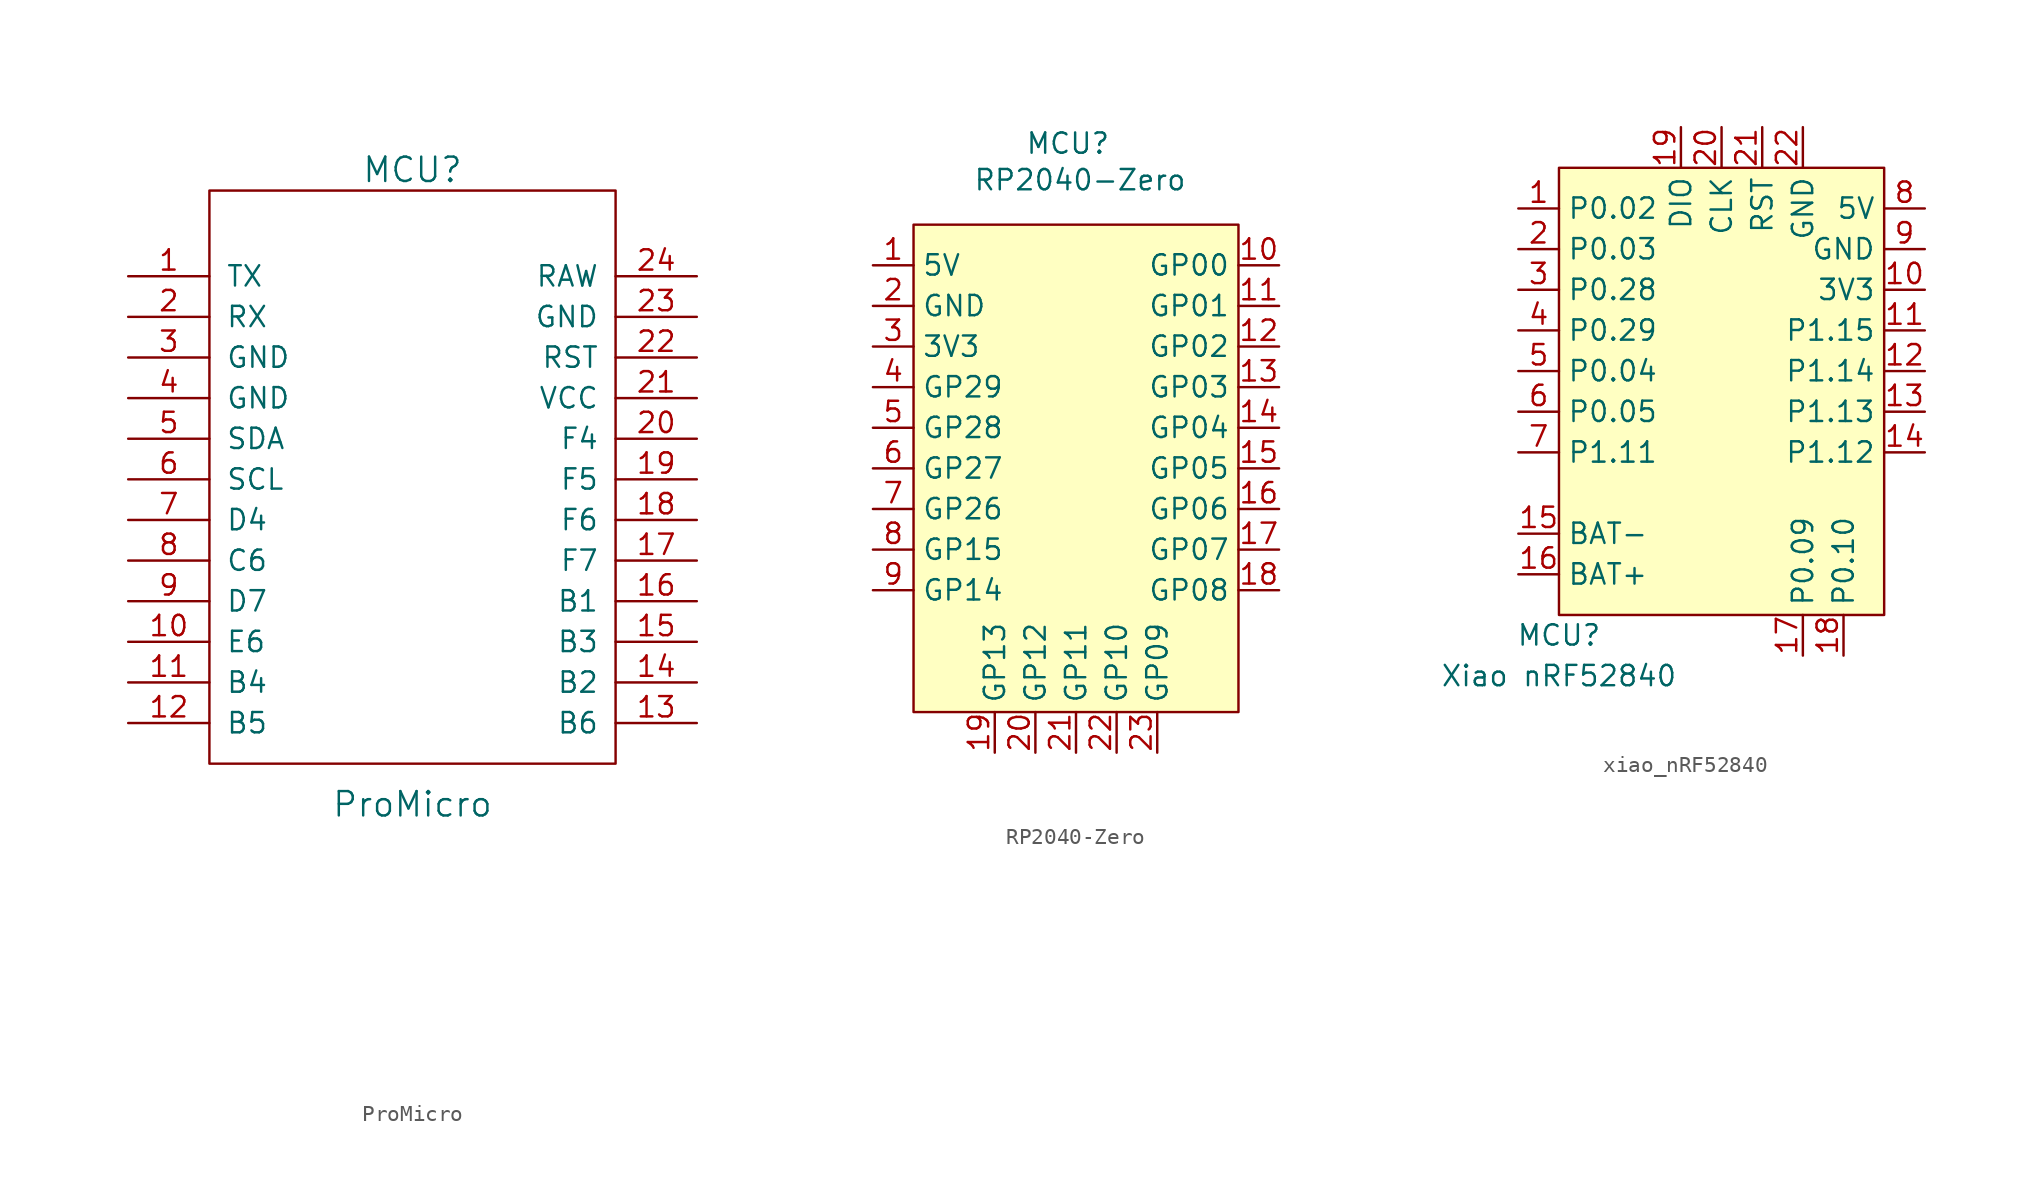
<source format=kicad_sym>
(kicad_symbol_lib
  (version 20231120)
  (generator "kicad_symbol_editor")
  (generator_version "8.0")
  (symbol "ProMicro"
    (pin_names
      (offset 1.016))
    (property "Reference" "MCU"
      (at 0 25.705 0)
      (effects (font (size 1.524 1.524))))
    (property "Value" "ProMicro"
      (at 0 -13.97 0)
      (effects (font (size 1.524 1.524))))
    (property "Datasheet" ""
      (at 2.54 -26.67 0)
      (effects (font (size 1.524 1.524))))
    (symbol "ProMicro_0_1"
      (rectangle (start -12.7 24.409) (end 12.7 -11.43) (stroke (width 0) (type solid)) (fill (type none))))
    (symbol "ProMicro_1_1"
      (pin bidirectional line (at -17.78 19.05 0) (length 5.08) (name "TX" (effects (font (size 1.27 1.27)))) (number "1" (effects (font (size 1.27 1.27)))))
      (pin bidirectional line (at -17.78 -3.81 0) (length 5.08) (name "E6" (effects (font (size 1.27 1.27)))) (number "10" (effects (font (size 1.27 1.27)))))
      (pin bidirectional line (at -17.78 -6.35 0) (length 5.08) (name "B4" (effects (font (size 1.27 1.27)))) (number "11" (effects (font (size 1.27 1.27)))))
      (pin bidirectional line (at -17.78 -8.89 0) (length 5.08) (name "B5" (effects (font (size 1.27 1.27)))) (number "12" (effects (font (size 1.27 1.27)))))
      (pin bidirectional line (at 17.78 -8.89 180) (length 5.08) (name "B6" (effects (font (size 1.27 1.27)))) (number "13" (effects (font (size 1.27 1.27)))))
      (pin bidirectional line (at 17.78 -6.35 180) (length 5.08) (name "B2" (effects (font (size 1.27 1.27)))) (number "14" (effects (font (size 1.27 1.27)))))
      (pin bidirectional line (at 17.78 -3.81 180) (length 5.08) (name "B3" (effects (font (size 1.27 1.27)))) (number "15" (effects (font (size 1.27 1.27)))))
      (pin bidirectional line (at 17.78 -1.27 180) (length 5.08) (name "B1" (effects (font (size 1.27 1.27)))) (number "16" (effects (font (size 1.27 1.27)))))
      (pin bidirectional line (at 17.78 1.27 180) (length 5.08) (name "F7" (effects (font (size 1.27 1.27)))) (number "17" (effects (font (size 1.27 1.27)))))
      (pin bidirectional line (at 17.78 3.81 180) (length 5.08) (name "F6" (effects (font (size 1.27 1.27)))) (number "18" (effects (font (size 1.27 1.27)))))
      (pin bidirectional line (at 17.78 6.35 180) (length 5.08) (name "F5" (effects (font (size 1.27 1.27)))) (number "19" (effects (font (size 1.27 1.27)))))
      (pin bidirectional line (at -17.78 16.51 0) (length 5.08) (name "RX" (effects (font (size 1.27 1.27)))) (number "2" (effects (font (size 1.27 1.27)))))
      (pin bidirectional line (at 17.78 8.89 180) (length 5.08) (name "F4" (effects (font (size 1.27 1.27)))) (number "20" (effects (font (size 1.27 1.27)))))
      (pin power_in line (at 17.78 11.43 180) (length 5.08) (name "VCC" (effects (font (size 1.27 1.27)))) (number "21" (effects (font (size 1.27 1.27)))))
      (pin input line (at 17.78 13.97 180) (length 5.08) (name "RST" (effects (font (size 1.27 1.27)))) (number "22" (effects (font (size 1.27 1.27)))))
      (pin power_in line (at 17.78 16.51 180) (length 5.08) (name "GND" (effects (font (size 1.27 1.27)))) (number "23" (effects (font (size 1.27 1.27)))))
      (pin power_out line (at 17.78 19.05 180) (length 5.08) (name "RAW" (effects (font (size 1.27 1.27)))) (number "24" (effects (font (size 1.27 1.27)))))
      (pin power_in line (at -17.78 13.97 0) (length 5.08) (name "GND" (effects (font (size 1.27 1.27)))) (number "3" (effects (font (size 1.27 1.27)))))
      (pin power_in line (at -17.78 11.43 0) (length 5.08) (name "GND" (effects (font (size 1.27 1.27)))) (number "4" (effects (font (size 1.27 1.27)))))
      (pin bidirectional line (at -17.78 8.89 0) (length 5.08) (name "SDA" (effects (font (size 1.27 1.27)))) (number "5" (effects (font (size 1.27 1.27)))))
      (pin bidirectional line (at -17.78 6.35 0) (length 5.08) (name "SCL" (effects (font (size 1.27 1.27)))) (number "6" (effects (font (size 1.27 1.27)))))
      (pin bidirectional line (at -17.78 3.81 0) (length 5.08) (name "D4" (effects (font (size 1.27 1.27)))) (number "7" (effects (font (size 1.27 1.27)))))
      (pin bidirectional line (at -17.78 1.27 0) (length 5.08) (name "C6" (effects (font (size 1.27 1.27)))) (number "8" (effects (font (size 1.27 1.27)))))
      (pin bidirectional line (at -17.78 -1.27 0) (length 5.08) (name "D7" (effects (font (size 1.27 1.27)))) (number "9" (effects (font (size 1.27 1.27)))))))
  (symbol "RP2040-Zero"
    (property "Reference" "MCU"
      (at -0.508 20.32 0)
      (effects (font (size 1.27 1.27))))
    (property "Value" "RP2040-Zero"
      (at 0.254 18.034 0)
      (effects (font (size 1.27 1.27))))
    (symbol "RP2040-Zero_1_0"
      (pin power_out line (at -12.7 12.7 0) (length 2.54) (name "5V" (effects (font (size 1.27 1.27)))) (number "1" (effects (font (size 1.27 1.27)))))
      (pin bidirectional line (at 12.7 12.7 180) (length 2.54) (name "GP00" (effects (font (size 1.27 1.27)))) (number "10" (effects (font (size 1.27 1.27)))))
      (pin bidirectional line (at 12.7 10.16 180) (length 2.54) (name "GP01" (effects (font (size 1.27 1.27)))) (number "11" (effects (font (size 1.27 1.27)))))
      (pin bidirectional line (at 12.7 7.62 180) (length 2.54) (name "GP02" (effects (font (size 1.27 1.27)))) (number "12" (effects (font (size 1.27 1.27)))))
      (pin bidirectional line (at 12.7 5.08 180) (length 2.54) (name "GP03" (effects (font (size 1.27 1.27)))) (number "13" (effects (font (size 1.27 1.27)))))
      (pin power_out line (at 12.7 2.54 180) (length 2.54) (name "GP04" (effects (font (size 1.27 1.27)))) (number "14" (effects (font (size 1.27 1.27)))))
      (pin bidirectional line (at 12.7 0 180) (length 2.54) (name "GP05" (effects (font (size 1.27 1.27)))) (number "15" (effects (font (size 1.27 1.27)))))
      (pin power_out line (at 12.7 -2.54 180) (length 2.54) (name "GP06" (effects (font (size 1.27 1.27)))) (number "16" (effects (font (size 1.27 1.27)))))
      (pin bidirectional line (at 12.7 -5.08 180) (length 2.54) (name "GP07" (effects (font (size 1.27 1.27)))) (number "17" (effects (font (size 1.27 1.27)))))
      (pin bidirectional line (at 12.7 -7.62 180) (length 2.54) (name "GP08" (effects (font (size 1.27 1.27)))) (number "18" (effects (font (size 1.27 1.27)))))
      (pin bidirectional line (at -5.08 -17.78 90) (length 2.54) (name "GP13" (effects (font (size 1.27 1.27)))) (number "19" (effects (font (size 1.27 1.27)))))
      (pin power_out line (at -12.7 10.16 0) (length 2.54) (name "GND" (effects (font (size 1.27 1.27)))) (number "2" (effects (font (size 1.27 1.27)))))
      (pin bidirectional line (at -2.54 -17.78 90) (length 2.54) (name "GP12" (effects (font (size 1.27 1.27)))) (number "20" (effects (font (size 1.27 1.27)))))
      (pin bidirectional line (at 0 -17.78 90) (length 2.54) (name "GP11" (effects (font (size 1.27 1.27)))) (number "21" (effects (font (size 1.27 1.27)))))
      (pin bidirectional line (at 2.54 -17.78 90) (length 2.54) (name "GP10" (effects (font (size 1.27 1.27)))) (number "22" (effects (font (size 1.27 1.27)))))
      (pin bidirectional line (at 5.08 -17.78 90) (length 2.54) (name "GP09" (effects (font (size 1.27 1.27)))) (number "23" (effects (font (size 1.27 1.27)))))
      (pin power_out line (at -12.7 7.62 0) (length 2.54) (name "3V3" (effects (font (size 1.27 1.27)))) (number "3" (effects (font (size 1.27 1.27)))))
      (pin bidirectional line (at -12.7 5.08 0) (length 2.54) (name "GP29" (effects (font (size 1.27 1.27)))) (number "4" (effects (font (size 1.27 1.27)))))
      (pin bidirectional line (at -12.7 2.54 0) (length 2.54) (name "GP28" (effects (font (size 1.27 1.27)))) (number "5" (effects (font (size 1.27 1.27)))))
      (pin bidirectional line (at -12.7 0 0) (length 2.54) (name "GP27" (effects (font (size 1.27 1.27)))) (number "6" (effects (font (size 1.27 1.27)))))
      (pin bidirectional line (at -12.7 -2.54 0) (length 2.54) (name "GP26" (effects (font (size 1.27 1.27)))) (number "7" (effects (font (size 1.27 1.27)))))
      (pin bidirectional line (at -12.7 -5.08 0) (length 2.54) (name "GP15" (effects (font (size 1.27 1.27)))) (number "8" (effects (font (size 1.27 1.27)))))
      (pin bidirectional line (at -12.7 -7.62 0) (length 2.54) (name "GP14" (effects (font (size 1.27 1.27)))) (number "9" (effects (font (size 1.27 1.27))))))
    (symbol "RP2040-Zero_1_1"
      (rectangle (start -10.16 15.24) (end 10.16 -15.24) (stroke (width 0) (type default)) (fill (type background)))))
  (symbol "xiao_nRF52840"
    (property "Reference" "MCU"
      (at -10.16 -12.7 0)
      (effects (font (size 1.27 1.27))))
    (property "Value" "Xiao nRF52840"
      (at -10.16 -15.24 0)
      (effects (font (size 1.27 1.27))))
    (symbol "xiao_nRF52840_1_0"
      (pin bidirectional line (at -12.7 13.97 0) (length 2.54) (name "P0.02" (effects (font (size 1.27 1.27)))) (number "1" (effects (font (size 1.27 1.27)))))
      (pin power_out line (at 12.7 8.89 180) (length 2.54) (name "3V3" (effects (font (size 1.27 1.27)))) (number "10" (effects (font (size 1.27 1.27)))))
      (pin bidirectional line (at 12.7 6.35 180) (length 2.54) (name "P1.15" (effects (font (size 1.27 1.27)))) (number "11" (effects (font (size 1.27 1.27)))))
      (pin bidirectional line (at 12.7 3.81 180) (length 2.54) (name "P1.14" (effects (font (size 1.27 1.27)))) (number "12" (effects (font (size 1.27 1.27)))))
      (pin bidirectional line (at 12.7 1.27 180) (length 2.54) (name "P1.13" (effects (font (size 1.27 1.27)))) (number "13" (effects (font (size 1.27 1.27)))))
      (pin bidirectional line (at 12.7 -1.27 180) (length 2.54) (name "P1.12" (effects (font (size 1.27 1.27)))) (number "14" (effects (font (size 1.27 1.27)))))
      (pin power_in line (at -12.7 -6.35 0) (length 2.54) (name "BAT-" (effects (font (size 1.27 1.27)))) (number "15" (effects (font (size 1.27 1.27)))))
      (pin power_in line (at -12.7 -8.89 0) (length 2.54) (name "BAT+" (effects (font (size 1.27 1.27)))) (number "16" (effects (font (size 1.27 1.27)))))
      (pin bidirectional line (at 5.08 -13.97 90) (length 2.54) (name "P0.09" (effects (font (size 1.27 1.27)))) (number "17" (effects (font (size 1.27 1.27)))))
      (pin bidirectional line (at 7.62 -13.97 90) (length 2.54) (name "P0.10" (effects (font (size 1.27 1.27)))) (number "18" (effects (font (size 1.27 1.27)))))
      (pin bidirectional line (at -2.54 19.05 270) (length 2.54) (name "DIO" (effects (font (size 1.27 1.27)))) (number "19" (effects (font (size 1.27 1.27)))))
      (pin bidirectional line (at -12.7 11.43 0) (length 2.54) (name "P0.03" (effects (font (size 1.27 1.27)))) (number "2" (effects (font (size 1.27 1.27)))))
      (pin bidirectional line (at 0 19.05 270) (length 2.54) (name "CLK" (effects (font (size 1.27 1.27)))) (number "20" (effects (font (size 1.27 1.27)))))
      (pin bidirectional line (at 2.54 19.05 270) (length 2.54) (name "RST" (effects (font (size 1.27 1.27)))) (number "21" (effects (font (size 1.27 1.27)))))
      (pin power_out line (at 5.08 19.05 270) (length 2.54) (name "GND" (effects (font (size 1.27 1.27)))) (number "22" (effects (font (size 1.27 1.27)))))
      (pin bidirectional line (at -12.7 8.89 0) (length 2.54) (name "P0.28" (effects (font (size 1.27 1.27)))) (number "3" (effects (font (size 1.27 1.27)))))
      (pin bidirectional line (at -12.7 6.35 0) (length 2.54) (name "P0.29" (effects (font (size 1.27 1.27)))) (number "4" (effects (font (size 1.27 1.27)))))
      (pin bidirectional line (at -12.7 3.81 0) (length 2.54) (name "P0.04" (effects (font (size 1.27 1.27)))) (number "5" (effects (font (size 1.27 1.27)))))
      (pin bidirectional line (at -12.7 1.27 0) (length 2.54) (name "P0.05" (effects (font (size 1.27 1.27)))) (number "6" (effects (font (size 1.27 1.27)))))
      (pin bidirectional line (at -12.7 -1.27 0) (length 2.54) (name "P1.11" (effects (font (size 1.27 1.27)))) (number "7" (effects (font (size 1.27 1.27)))))
      (pin power_out line (at 12.7 13.97 180) (length 2.54) (name "5V" (effects (font (size 1.27 1.27)))) (number "8" (effects (font (size 1.27 1.27)))))
      (pin power_out line (at 12.7 11.43 180) (length 2.54) (name "GND" (effects (font (size 1.27 1.27)))) (number "9" (effects (font (size 1.27 1.27))))))
    (symbol "xiao_nRF52840_1_1"
      (rectangle (start -10.16 16.51) (end 10.16 -11.43) (stroke (width 0) (type default)) (fill (type background))))))
</source>
